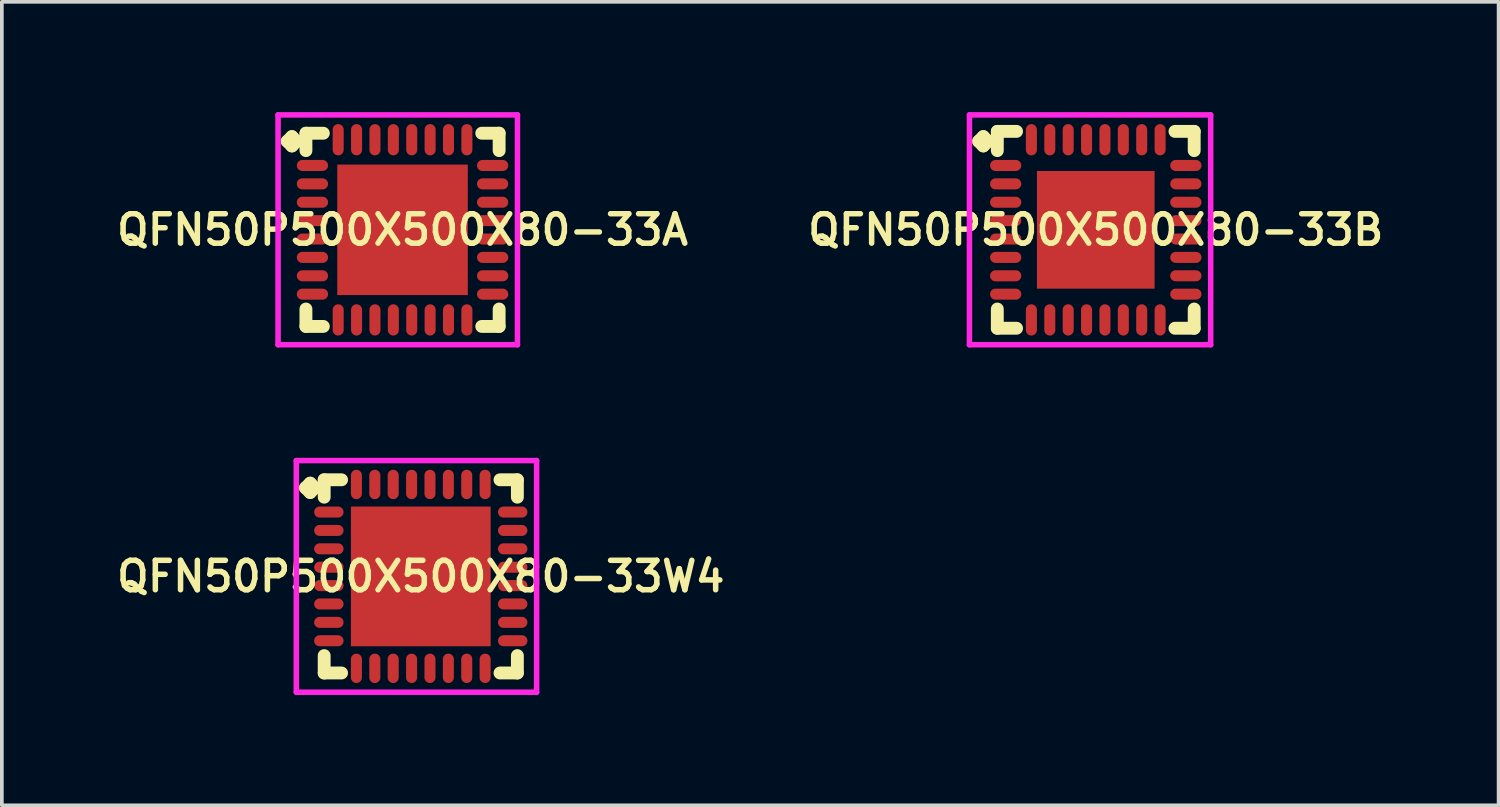
<source format=kicad_pcb>
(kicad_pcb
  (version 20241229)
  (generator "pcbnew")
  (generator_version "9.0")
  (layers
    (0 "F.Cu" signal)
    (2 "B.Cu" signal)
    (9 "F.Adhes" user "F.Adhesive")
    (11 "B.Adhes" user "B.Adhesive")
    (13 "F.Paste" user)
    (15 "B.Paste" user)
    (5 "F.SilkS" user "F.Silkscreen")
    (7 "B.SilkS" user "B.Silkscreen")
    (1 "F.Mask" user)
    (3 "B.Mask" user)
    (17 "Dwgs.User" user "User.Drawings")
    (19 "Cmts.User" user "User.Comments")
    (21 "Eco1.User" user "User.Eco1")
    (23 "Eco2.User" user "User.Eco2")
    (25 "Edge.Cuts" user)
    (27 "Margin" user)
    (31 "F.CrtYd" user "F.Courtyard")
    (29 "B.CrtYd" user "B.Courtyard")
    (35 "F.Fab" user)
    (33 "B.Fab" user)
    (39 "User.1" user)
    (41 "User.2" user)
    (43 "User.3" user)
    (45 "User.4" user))
  (footprint "QFN50P500X500X80-33B"
    (layer "F.Cu")
    (at 26.749 3.2)
    (property "Reference" "QFN50P500X500X80-33B" (at 0 0 0) (layer "F.SilkS") (effects (font (size 0.8 0.8) (thickness 0.15))))
    (attr smd)
    (fp_line (start -3.185 -2.408) (end -3.058 -2.535) (stroke (width 0.35) (type solid)) (layer "F.SilkS"))
    (fp_line (start -3.058 -2.535) (end -2.931 -2.408) (stroke (width 0.35) (type solid)) (layer "F.SilkS"))
    (fp_line (start -3.058 -2.281) (end -3.185 -2.408) (stroke (width 0.35) (type solid)) (layer "F.SilkS"))
    (fp_line (start -2.931 -2.408) (end -3.058 -2.281) (stroke (width 0.35) (type solid)) (layer "F.SilkS"))
    (fp_line (start -2.677 -2.677) (end -2.154 -2.677) (stroke (width 0.35) (type solid)) (layer "F.SilkS"))
    (fp_line (start -2.677 -2.154) (end -2.677 -2.677) (stroke (width 0.35) (type solid)) (layer "F.SilkS"))
    (fp_line (start -2.677 2.154) (end -2.677 2.677) (stroke (width 0.35) (type solid)) (layer "F.SilkS"))
    (fp_line (start -2.677 2.677) (end -2.154 2.677) (stroke (width 0.35) (type solid)) (layer "F.SilkS"))
    (fp_line (start 2.154 -2.677) (end 2.677 -2.677) (stroke (width 0.35) (type solid)) (layer "F.SilkS"))
    (fp_line (start 2.154 2.677) (end 2.677 2.677) (stroke (width 0.35) (type solid)) (layer "F.SilkS"))
    (fp_line (start 2.677 -2.677) (end 2.677 -2.154) (stroke (width 0.35) (type solid)) (layer "F.SilkS"))
    (fp_line (start 2.677 2.677) (end 2.677 2.154) (stroke (width 0.35) (type solid)) (layer "F.SilkS"))
    (fp_line (start -3.435 -3.125) (end 3.125 -3.125) (stroke (width 0.15) (type solid)) (layer "F.CrtYd"))
    (fp_line (start -3.435 3.125) (end -3.435 -3.125) (stroke (width 0.15) (type solid)) (layer "F.CrtYd"))
    (fp_line (start 3.125 -3.125) (end 3.125 3.125) (stroke (width 0.15) (type solid)) (layer "F.CrtYd"))
    (fp_line (start 3.125 3.125) (end -3.435 3.125) (stroke (width 0.15) (type solid)) (layer "F.CrtYd"))
    (pad "1" smd oval (at -2.45 -1.75) (size 0.85 0.3) (layers "F.Cu" "F.Mask" "F.Paste"))
    (pad "2" smd oval (at -2.45 -1.25) (size 0.85 0.3) (layers "F.Cu" "F.Mask" "F.Paste"))
    (pad "3" smd oval (at -2.45 -0.75) (size 0.85 0.3) (layers "F.Cu" "F.Mask" "F.Paste"))
    (pad "4" smd oval (at -2.45 -0.25) (size 0.85 0.3) (layers "F.Cu" "F.Mask" "F.Paste"))
    (pad "5" smd oval (at -2.45 0.25) (size 0.85 0.3) (layers "F.Cu" "F.Mask" "F.Paste"))
    (pad "6" smd oval (at -2.45 0.75) (size 0.85 0.3) (layers "F.Cu" "F.Mask" "F.Paste"))
    (pad "7" smd oval (at -2.45 1.25) (size 0.85 0.3) (layers "F.Cu" "F.Mask" "F.Paste"))
    (pad "8" smd oval (at -2.45 1.75) (size 0.85 0.3) (layers "F.Cu" "F.Mask" "F.Paste"))
    (pad "9" smd oval (at -1.75 2.45) (size 0.3 0.85) (layers "F.Cu" "F.Mask" "F.Paste"))
    (pad "10" smd oval (at -1.25 2.45) (size 0.3 0.85) (layers "F.Cu" "F.Mask" "F.Paste"))
    (pad "11" smd oval (at -0.75 2.45) (size 0.3 0.85) (layers "F.Cu" "F.Mask" "F.Paste"))
    (pad "12" smd oval (at -0.25 2.45) (size 0.3 0.85) (layers "F.Cu" "F.Mask" "F.Paste"))
    (pad "13" smd oval (at 0.25 2.45) (size 0.3 0.85) (layers "F.Cu" "F.Mask" "F.Paste"))
    (pad "14" smd oval (at 0.75 2.45) (size 0.3 0.85) (layers "F.Cu" "F.Mask" "F.Paste"))
    (pad "15" smd oval (at 1.25 2.45) (size 0.3 0.85) (layers "F.Cu" "F.Mask" "F.Paste"))
    (pad "16" smd oval (at 1.75 2.45) (size 0.3 0.85) (layers "F.Cu" "F.Mask" "F.Paste"))
    (pad "17" smd oval (at 2.45 1.75) (size 0.85 0.3) (layers "F.Cu" "F.Mask" "F.Paste"))
    (pad "18" smd oval (at 2.45 1.25) (size 0.85 0.3) (layers "F.Cu" "F.Mask" "F.Paste"))
    (pad "19" smd oval (at 2.45 0.75) (size 0.85 0.3) (layers "F.Cu" "F.Mask" "F.Paste"))
    (pad "20" smd oval (at 2.45 0.25) (size 0.85 0.3) (layers "F.Cu" "F.Mask" "F.Paste"))
    (pad "21" smd oval (at 2.45 -0.25) (size 0.85 0.3) (layers "F.Cu" "F.Mask" "F.Paste"))
    (pad "22" smd oval (at 2.45 -0.75) (size 0.85 0.3) (layers "F.Cu" "F.Mask" "F.Paste"))
    (pad "23" smd oval (at 2.45 -1.25) (size 0.85 0.3) (layers "F.Cu" "F.Mask" "F.Paste"))
    (pad "24" smd oval (at 2.45 -1.75) (size 0.85 0.3) (layers "F.Cu" "F.Mask" "F.Paste"))
    (pad "25" smd oval (at 1.75 -2.45) (size 0.3 0.85) (layers "F.Cu" "F.Mask" "F.Paste"))
    (pad "26" smd oval (at 1.25 -2.45) (size 0.3 0.85) (layers "F.Cu" "F.Mask" "F.Paste"))
    (pad "27" smd oval (at 0.75 -2.45) (size 0.3 0.85) (layers "F.Cu" "F.Mask" "F.Paste"))
    (pad "28" smd oval (at 0.25 -2.45) (size 0.3 0.85) (layers "F.Cu" "F.Mask" "F.Paste"))
    (pad "29" smd oval (at -0.25 -2.45) (size 0.3 0.85) (layers "F.Cu" "F.Mask" "F.Paste"))
    (pad "30" smd oval (at -0.75 -2.45) (size 0.3 0.85) (layers "F.Cu" "F.Mask" "F.Paste"))
    (pad "31" smd oval (at -1.25 -2.45) (size 0.3 0.85) (layers "F.Cu" "F.Mask" "F.Paste"))
    (pad "32" smd oval (at -1.75 -2.45) (size 0.3 0.85) (layers "F.Cu" "F.Mask" "F.Paste"))
    (pad "33" smd rect (at 0 0) (size 3.2 3.2) (layers "F.Cu" "F.Mask" "F.Paste")))
  (footprint "QFN50P500X500X80-33W4"
    (layer "F.Cu")
    (at 8.393 12.625)
    (property "Reference" "QFN50P500X500X80-33W4" (at 0 0 0) (layer "F.SilkS") (effects (font (size 0.8 0.8) (thickness 0.15))))
    (attr smd)
    (fp_line (start -3.135 -2.408) (end -3.008 -2.535) (stroke (width 0.35) (type solid)) (layer "F.SilkS"))
    (fp_line (start -3.008 -2.535) (end -2.881 -2.408) (stroke (width 0.35) (type solid)) (layer "F.SilkS"))
    (fp_line (start -3.008 -2.281) (end -3.135 -2.408) (stroke (width 0.35) (type solid)) (layer "F.SilkS"))
    (fp_line (start -2.881 -2.408) (end -3.008 -2.281) (stroke (width 0.35) (type solid)) (layer "F.SilkS"))
    (fp_line (start -2.627 -2.627) (end -2.154 -2.627) (stroke (width 0.35) (type solid)) (layer "F.SilkS"))
    (fp_line (start -2.627 -2.154) (end -2.627 -2.627) (stroke (width 0.35) (type solid)) (layer "F.SilkS"))
    (fp_line (start -2.627 2.154) (end -2.627 2.627) (stroke (width 0.35) (type solid)) (layer "F.SilkS"))
    (fp_line (start -2.627 2.627) (end -2.154 2.627) (stroke (width 0.35) (type solid)) (layer "F.SilkS"))
    (fp_line (start 2.154 -2.627) (end 2.627 -2.627) (stroke (width 0.35) (type solid)) (layer "F.SilkS"))
    (fp_line (start 2.154 2.627) (end 2.627 2.627) (stroke (width 0.35) (type solid)) (layer "F.SilkS"))
    (fp_line (start 2.627 -2.627) (end 2.627 -2.154) (stroke (width 0.35) (type solid)) (layer "F.SilkS"))
    (fp_line (start 2.627 2.627) (end 2.627 2.154) (stroke (width 0.35) (type solid)) (layer "F.SilkS"))
    (fp_line (start -3.385 -3.15) (end 3.15 -3.15) (stroke (width 0.15) (type solid)) (layer "F.CrtYd"))
    (fp_line (start -3.385 3.15) (end -3.385 -3.15) (stroke (width 0.15) (type solid)) (layer "F.CrtYd"))
    (fp_line (start 3.15 -3.15) (end 3.15 3.15) (stroke (width 0.15) (type solid)) (layer "F.CrtYd"))
    (fp_line (start 3.15 3.15) (end -3.385 3.15) (stroke (width 0.15) (type solid)) (layer "F.CrtYd"))
    (pad "1" smd oval (at -2.5 -1.75) (size 0.8 0.3) (layers "F.Cu" "F.Mask" "F.Paste"))
    (pad "2" smd oval (at -2.5 -1.25) (size 0.8 0.3) (layers "F.Cu" "F.Mask" "F.Paste"))
    (pad "3" smd oval (at -2.5 -0.75) (size 0.8 0.3) (layers "F.Cu" "F.Mask" "F.Paste"))
    (pad "4" smd oval (at -2.5 -0.25) (size 0.8 0.3) (layers "F.Cu" "F.Mask" "F.Paste"))
    (pad "5" smd oval (at -2.5 0.25) (size 0.8 0.3) (layers "F.Cu" "F.Mask" "F.Paste"))
    (pad "6" smd oval (at -2.5 0.75) (size 0.8 0.3) (layers "F.Cu" "F.Mask" "F.Paste"))
    (pad "7" smd oval (at -2.5 1.25) (size 0.8 0.3) (layers "F.Cu" "F.Mask" "F.Paste"))
    (pad "8" smd oval (at -2.5 1.75) (size 0.8 0.3) (layers "F.Cu" "F.Mask" "F.Paste"))
    (pad "9" smd oval (at -1.75 2.5) (size 0.3 0.8) (layers "F.Cu" "F.Mask" "F.Paste"))
    (pad "10" smd oval (at -1.25 2.5) (size 0.3 0.8) (layers "F.Cu" "F.Mask" "F.Paste"))
    (pad "11" smd oval (at -0.75 2.5) (size 0.3 0.8) (layers "F.Cu" "F.Mask" "F.Paste"))
    (pad "12" smd oval (at -0.25 2.5) (size 0.3 0.8) (layers "F.Cu" "F.Mask" "F.Paste"))
    (pad "13" smd oval (at 0.25 2.5) (size 0.3 0.8) (layers "F.Cu" "F.Mask" "F.Paste"))
    (pad "14" smd oval (at 0.75 2.5) (size 0.3 0.8) (layers "F.Cu" "F.Mask" "F.Paste"))
    (pad "15" smd oval (at 1.25 2.5) (size 0.3 0.8) (layers "F.Cu" "F.Mask" "F.Paste"))
    (pad "16" smd oval (at 1.75 2.5) (size 0.3 0.8) (layers "F.Cu" "F.Mask" "F.Paste"))
    (pad "17" smd oval (at 2.5 1.75) (size 0.8 0.3) (layers "F.Cu" "F.Mask" "F.Paste"))
    (pad "18" smd oval (at 2.5 1.25) (size 0.8 0.3) (layers "F.Cu" "F.Mask" "F.Paste"))
    (pad "19" smd oval (at 2.5 0.75) (size 0.8 0.3) (layers "F.Cu" "F.Mask" "F.Paste"))
    (pad "20" smd oval (at 2.5 0.25) (size 0.8 0.3) (layers "F.Cu" "F.Mask" "F.Paste"))
    (pad "21" smd oval (at 2.5 -0.25) (size 0.8 0.3) (layers "F.Cu" "F.Mask" "F.Paste"))
    (pad "22" smd oval (at 2.5 -0.75) (size 0.8 0.3) (layers "F.Cu" "F.Mask" "F.Paste"))
    (pad "23" smd oval (at 2.5 -1.25) (size 0.8 0.3) (layers "F.Cu" "F.Mask" "F.Paste"))
    (pad "24" smd oval (at 2.5 -1.75) (size 0.8 0.3) (layers "F.Cu" "F.Mask" "F.Paste"))
    (pad "25" smd oval (at 1.75 -2.5) (size 0.3 0.8) (layers "F.Cu" "F.Mask" "F.Paste"))
    (pad "26" smd oval (at 1.25 -2.5) (size 0.3 0.8) (layers "F.Cu" "F.Mask" "F.Paste"))
    (pad "27" smd oval (at 0.75 -2.5) (size 0.3 0.8) (layers "F.Cu" "F.Mask" "F.Paste"))
    (pad "28" smd oval (at 0.25 -2.5) (size 0.3 0.8) (layers "F.Cu" "F.Mask" "F.Paste"))
    (pad "29" smd oval (at -0.25 -2.5) (size 0.3 0.8) (layers "F.Cu" "F.Mask" "F.Paste"))
    (pad "30" smd oval (at -0.75 -2.5) (size 0.3 0.8) (layers "F.Cu" "F.Mask" "F.Paste"))
    (pad "31" smd oval (at -1.25 -2.5) (size 0.3 0.8) (layers "F.Cu" "F.Mask" "F.Paste"))
    (pad "32" smd oval (at -1.75 -2.5) (size 0.3 0.8) (layers "F.Cu" "F.Mask" "F.Paste"))
    (pad "33" smd rect (at 0 0) (size 3.8 3.8) (layers "F.Cu" "F.Mask" "F.Paste")))
  (footprint "QFN50P500X500X80-33A"
    (layer "F.Cu")
    (at 7.897 3.2)
    (property "Reference" "QFN50P500X500X80-33A" (at 0 0 0) (layer "F.SilkS") (effects (font (size 0.8 0.8) (thickness 0.15))))
    (attr smd)
    (fp_line (start -3.135 -2.408) (end -3.008 -2.535) (stroke (width 0.35) (type solid)) (layer "F.SilkS"))
    (fp_line (start -3.008 -2.535) (end -2.881 -2.408) (stroke (width 0.35) (type solid)) (layer "F.SilkS"))
    (fp_line (start -3.008 -2.281) (end -3.135 -2.408) (stroke (width 0.35) (type solid)) (layer "F.SilkS"))
    (fp_line (start -2.881 -2.408) (end -3.008 -2.281) (stroke (width 0.35) (type solid)) (layer "F.SilkS"))
    (fp_line (start -2.627 -2.627) (end -2.154 -2.627) (stroke (width 0.35) (type solid)) (layer "F.SilkS"))
    (fp_line (start -2.627 -2.154) (end -2.627 -2.627) (stroke (width 0.35) (type solid)) (layer "F.SilkS"))
    (fp_line (start -2.627 2.154) (end -2.627 2.627) (stroke (width 0.35) (type solid)) (layer "F.SilkS"))
    (fp_line (start -2.627 2.627) (end -2.154 2.627) (stroke (width 0.35) (type solid)) (layer "F.SilkS"))
    (fp_line (start 2.154 -2.627) (end 2.627 -2.627) (stroke (width 0.35) (type solid)) (layer "F.SilkS"))
    (fp_line (start 2.154 2.627) (end 2.627 2.627) (stroke (width 0.35) (type solid)) (layer "F.SilkS"))
    (fp_line (start 2.627 -2.627) (end 2.627 -2.154) (stroke (width 0.35) (type solid)) (layer "F.SilkS"))
    (fp_line (start 2.627 2.627) (end 2.627 2.154) (stroke (width 0.35) (type solid)) (layer "F.SilkS"))
    (fp_line (start -3.385 -3.125) (end 3.125 -3.125) (stroke (width 0.15) (type solid)) (layer "F.CrtYd"))
    (fp_line (start -3.385 3.125) (end -3.385 -3.125) (stroke (width 0.15) (type solid)) (layer "F.CrtYd"))
    (fp_line (start 3.125 -3.125) (end 3.125 3.125) (stroke (width 0.15) (type solid)) (layer "F.CrtYd"))
    (fp_line (start 3.125 3.125) (end -3.385 3.125) (stroke (width 0.15) (type solid)) (layer "F.CrtYd"))
    (pad "1" smd oval (at -2.45 -1.75) (size 0.85 0.3) (layers "F.Cu" "F.Mask" "F.Paste"))
    (pad "2" smd oval (at -2.45 -1.25) (size 0.85 0.3) (layers "F.Cu" "F.Mask" "F.Paste"))
    (pad "3" smd oval (at -2.45 -0.75) (size 0.85 0.3) (layers "F.Cu" "F.Mask" "F.Paste"))
    (pad "4" smd oval (at -2.45 -0.25) (size 0.85 0.3) (layers "F.Cu" "F.Mask" "F.Paste"))
    (pad "5" smd oval (at -2.45 0.25) (size 0.85 0.3) (layers "F.Cu" "F.Mask" "F.Paste"))
    (pad "6" smd oval (at -2.45 0.75) (size 0.85 0.3) (layers "F.Cu" "F.Mask" "F.Paste"))
    (pad "7" smd oval (at -2.45 1.25) (size 0.85 0.3) (layers "F.Cu" "F.Mask" "F.Paste"))
    (pad "8" smd oval (at -2.45 1.75) (size 0.85 0.3) (layers "F.Cu" "F.Mask" "F.Paste"))
    (pad "9" smd oval (at -1.75 2.45) (size 0.3 0.85) (layers "F.Cu" "F.Mask" "F.Paste"))
    (pad "10" smd oval (at -1.25 2.45) (size 0.3 0.85) (layers "F.Cu" "F.Mask" "F.Paste"))
    (pad "11" smd oval (at -0.75 2.45) (size 0.3 0.85) (layers "F.Cu" "F.Mask" "F.Paste"))
    (pad "12" smd oval (at -0.25 2.45) (size 0.3 0.85) (layers "F.Cu" "F.Mask" "F.Paste"))
    (pad "13" smd oval (at 0.25 2.45) (size 0.3 0.85) (layers "F.Cu" "F.Mask" "F.Paste"))
    (pad "14" smd oval (at 0.75 2.45) (size 0.3 0.85) (layers "F.Cu" "F.Mask" "F.Paste"))
    (pad "15" smd oval (at 1.25 2.45) (size 0.3 0.85) (layers "F.Cu" "F.Mask" "F.Paste"))
    (pad "16" smd oval (at 1.75 2.45) (size 0.3 0.85) (layers "F.Cu" "F.Mask" "F.Paste"))
    (pad "17" smd oval (at 2.45 1.75) (size 0.85 0.3) (layers "F.Cu" "F.Mask" "F.Paste"))
    (pad "18" smd oval (at 2.45 1.25) (size 0.85 0.3) (layers "F.Cu" "F.Mask" "F.Paste"))
    (pad "19" smd oval (at 2.45 0.75) (size 0.85 0.3) (layers "F.Cu" "F.Mask" "F.Paste"))
    (pad "20" smd oval (at 2.45 0.25) (size 0.85 0.3) (layers "F.Cu" "F.Mask" "F.Paste"))
    (pad "21" smd oval (at 2.45 -0.25) (size 0.85 0.3) (layers "F.Cu" "F.Mask" "F.Paste"))
    (pad "22" smd oval (at 2.45 -0.75) (size 0.85 0.3) (layers "F.Cu" "F.Mask" "F.Paste"))
    (pad "23" smd oval (at 2.45 -1.25) (size 0.85 0.3) (layers "F.Cu" "F.Mask" "F.Paste"))
    (pad "24" smd oval (at 2.45 -1.75) (size 0.85 0.3) (layers "F.Cu" "F.Mask" "F.Paste"))
    (pad "25" smd oval (at 1.75 -2.45) (size 0.3 0.85) (layers "F.Cu" "F.Mask" "F.Paste"))
    (pad "26" smd oval (at 1.25 -2.45) (size 0.3 0.85) (layers "F.Cu" "F.Mask" "F.Paste"))
    (pad "27" smd oval (at 0.75 -2.45) (size 0.3 0.85) (layers "F.Cu" "F.Mask" "F.Paste"))
    (pad "28" smd oval (at 0.25 -2.45) (size 0.3 0.85) (layers "F.Cu" "F.Mask" "F.Paste"))
    (pad "29" smd oval (at -0.25 -2.45) (size 0.3 0.85) (layers "F.Cu" "F.Mask" "F.Paste"))
    (pad "30" smd oval (at -0.75 -2.45) (size 0.3 0.85) (layers "F.Cu" "F.Mask" "F.Paste"))
    (pad "31" smd oval (at -1.25 -2.45) (size 0.3 0.85) (layers "F.Cu" "F.Mask" "F.Paste"))
    (pad "32" smd oval (at -1.75 -2.45) (size 0.3 0.85) (layers "F.Cu" "F.Mask" "F.Paste"))
    (pad "33" smd rect (at 0 0) (size 3.55 3.55) (layers "F.Cu" "F.Mask" "F.Paste")))
  (gr_rect
    (start -3 -3)
    (end 37.704 18.85)
    (stroke (width 0.1) (type default))
    (fill no)
    (layer "Edge.Cuts")))
</source>
